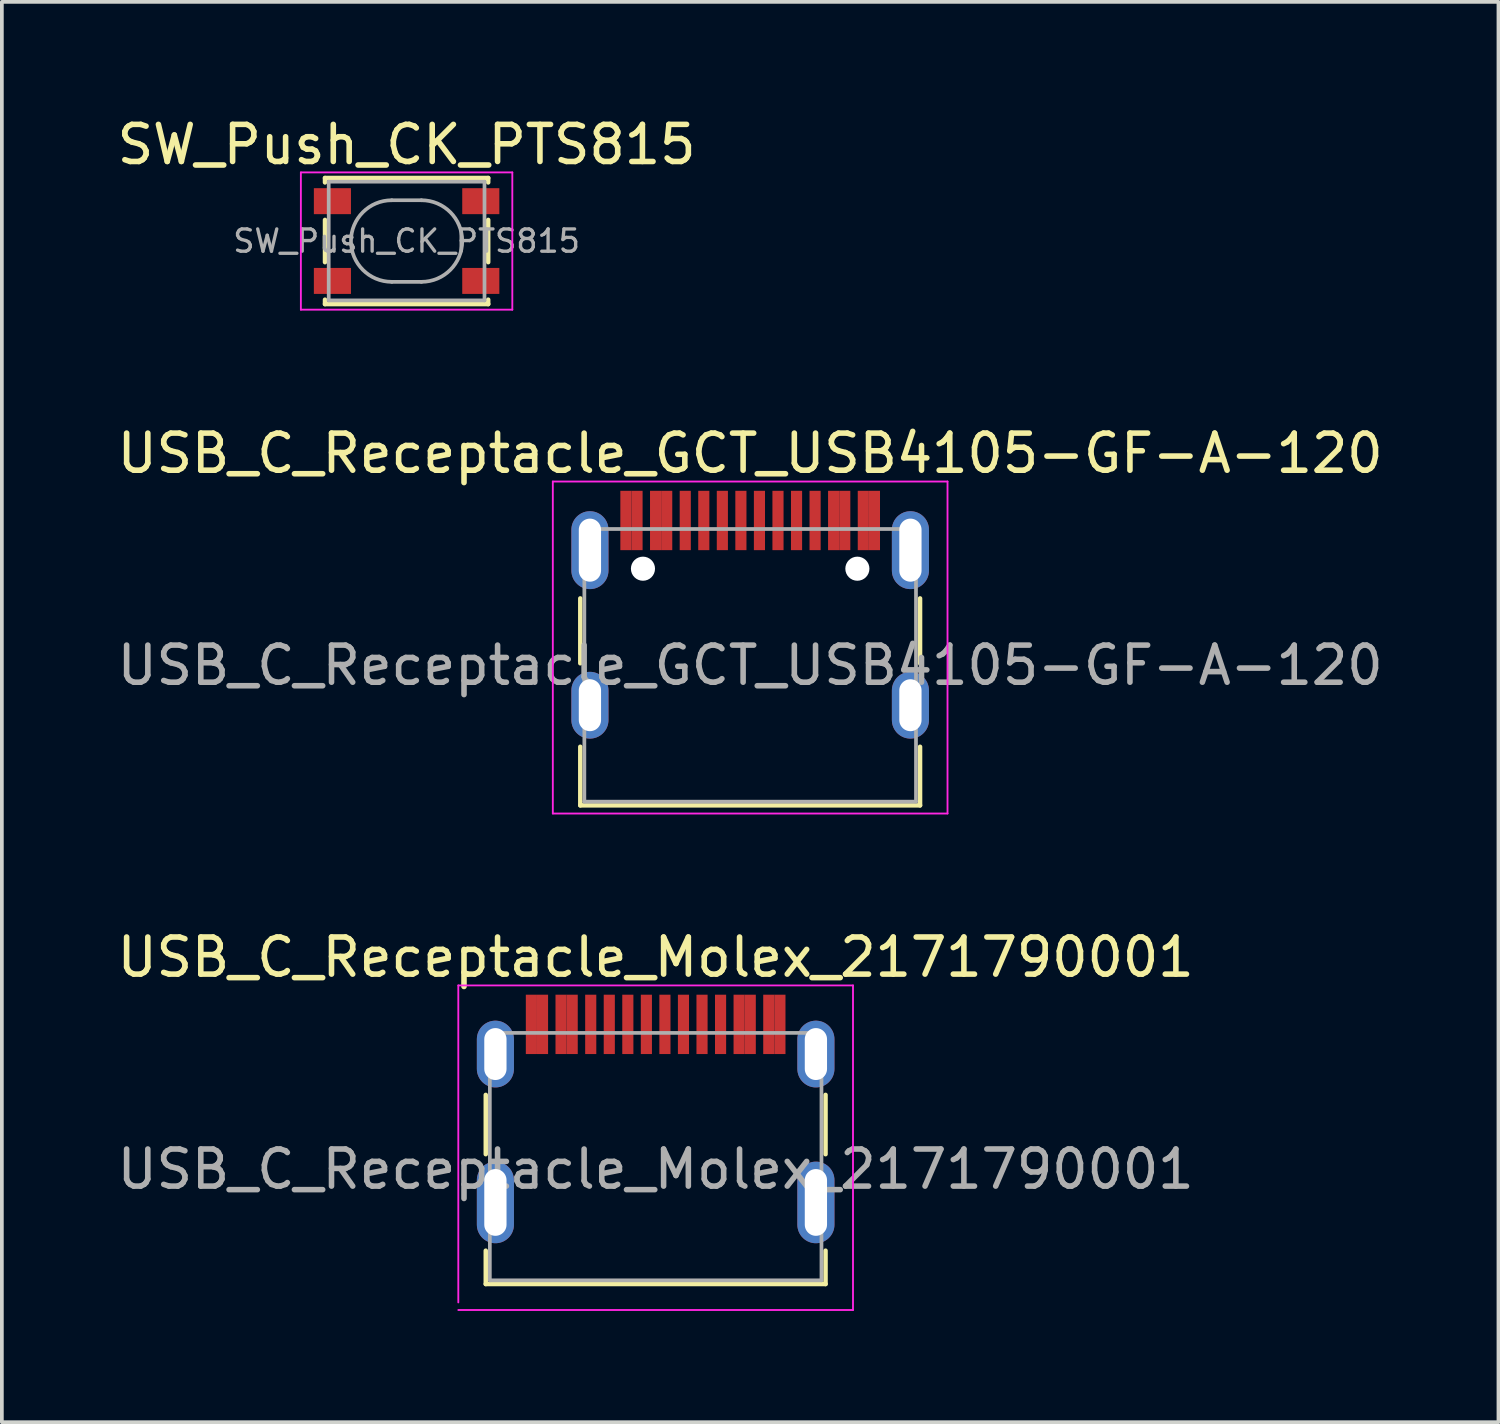
<source format=kicad_pcb>
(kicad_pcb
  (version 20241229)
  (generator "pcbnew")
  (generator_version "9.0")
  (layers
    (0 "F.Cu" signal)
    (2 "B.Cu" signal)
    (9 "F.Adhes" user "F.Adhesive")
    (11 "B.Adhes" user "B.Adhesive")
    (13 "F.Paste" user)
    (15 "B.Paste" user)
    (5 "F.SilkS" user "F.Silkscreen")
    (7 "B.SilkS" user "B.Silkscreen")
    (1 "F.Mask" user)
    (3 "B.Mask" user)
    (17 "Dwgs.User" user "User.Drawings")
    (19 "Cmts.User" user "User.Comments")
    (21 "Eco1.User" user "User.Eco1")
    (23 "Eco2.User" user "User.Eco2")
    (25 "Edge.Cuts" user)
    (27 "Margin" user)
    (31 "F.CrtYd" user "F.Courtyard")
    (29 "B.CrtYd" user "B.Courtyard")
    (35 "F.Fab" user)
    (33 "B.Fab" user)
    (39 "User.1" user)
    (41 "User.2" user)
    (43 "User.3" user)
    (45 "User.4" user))
  (footprint "USB_C_Receptacle_Molex_2171790001"
    (layer "F.Cu")
    (at 14.625 25.365)
    (property "Reference" "USB_C_Receptacle_Molex_2171790001" (at 0 -2.61 0) (layer "F.SilkS") (effects (font (size 1 1) (thickness 0.15))))
    (attr smd)
    (fp_line (start -4.58 1.1) (end -4.58 2.7) (stroke (width 0.12) (type solid)) (layer "F.SilkS"))
    (fp_line (start -4.58 6.2) (end -4.58 5.3) (stroke (width 0.12) (type solid)) (layer "F.SilkS"))
    (fp_line (start 4.58 2.7) (end 4.58 1.1) (stroke (width 0.12) (type solid)) (layer "F.SilkS"))
    (fp_line (start 4.58 5.3) (end 4.58 6.2) (stroke (width 0.12) (type solid)) (layer "F.SilkS"))
    (fp_line (start 4.58 6.2) (end -4.58 6.2) (stroke (width 0.12) (type solid)) (layer "F.SilkS"))
    (fp_line (start -5.32 -1.85) (end 5.32 -1.85) (stroke (width 0.05) (type solid)) (layer "F.CrtYd"))
    (fp_line (start -5.32 6.695) (end -5.32 -1.85) (stroke (width 0.05) (type solid)) (layer "F.CrtYd"))
    (fp_line (start 5.32 -1.85) (end 5.32 6.9) (stroke (width 0.05) (type solid)) (layer "F.CrtYd"))
    (fp_line (start 5.32 6.9) (end -5.32 6.9) (stroke (width 0.05) (type solid)) (layer "F.CrtYd"))
    (fp_line (start -4.47 -0.57) (end -4.47 6.1) (stroke (width 0.1) (type solid)) (layer "F.Fab"))
    (fp_line (start -4.47 -0.57) (end 4.47 -0.57) (stroke (width 0.1) (type solid)) (layer "F.Fab"))
    (fp_line (start -4.47 6.1) (end 4.47 6.1) (stroke (width 0.1) (type solid)) (layer "F.Fab"))
    (fp_line (start 4.47 6.1) (end 4.47 -0.57) (stroke (width 0.1) (type solid)) (layer "F.Fab"))
    (fp_text user "${REFERENCE}" (at 0 3.105 0) (layer "F.Fab") (effects (font (size 1 1) (thickness 0.15))))
    (pad "A1" smd rect (at -3.35 -0.8) (size 0.3 1.6) (layers "F.Cu" "F.Mask" "F.Paste"))
    (pad "A4" smd rect (at -2.55 -0.8) (size 0.3 1.6) (layers "F.Cu" "F.Mask" "F.Paste"))
    (pad "A5" smd rect (at -1.25 -0.8) (size 0.3 1.6) (layers "F.Cu" "F.Mask" "F.Paste"))
    (pad "A6" smd rect (at -0.25 -0.8) (size 0.3 1.6) (layers "F.Cu" "F.Mask" "F.Paste"))
    (pad "A7" smd rect (at 0.25 -0.8) (size 0.3 1.6) (layers "F.Cu" "F.Mask" "F.Paste"))
    (pad "A8" smd rect (at 1.25 -0.8) (size 0.3 1.6) (layers "F.Cu" "F.Mask" "F.Paste"))
    (pad "A9" smd rect (at 2.55 -0.8) (size 0.3 1.6) (layers "F.Cu" "F.Mask" "F.Paste"))
    (pad "A12" smd rect (at 3.35 -0.8) (size 0.3 1.6) (layers "F.Cu" "F.Mask" "F.Paste"))
    (pad "B1" smd rect (at 3.05 -0.8) (size 0.3 1.6) (layers "F.Cu" "F.Mask" "F.Paste"))
    (pad "B4" smd rect (at 2.25 -0.8) (size 0.3 1.6) (layers "F.Cu" "F.Mask" "F.Paste"))
    (pad "B5" smd rect (at 1.75 -0.8) (size 0.3 1.6) (layers "F.Cu" "F.Mask" "F.Paste"))
    (pad "B6" smd rect (at 0.75 -0.8) (size 0.3 1.6) (layers "F.Cu" "F.Mask" "F.Paste"))
    (pad "B7" smd rect (at -0.75 -0.8) (size 0.3 1.6) (layers "F.Cu" "F.Mask" "F.Paste"))
    (pad "B8" smd rect (at -1.75 -0.8) (size 0.3 1.6) (layers "F.Cu" "F.Mask" "F.Paste"))
    (pad "B9" smd rect (at -2.25 -0.8) (size 0.3 1.6) (layers "F.Cu" "F.Mask" "F.Paste"))
    (pad "B12" smd rect (at -3.05 -0.8) (size 0.3 1.6) (layers "F.Cu" "F.Mask" "F.Paste"))
    (pad "S1" thru_hole oval (at -4.32 0) (size 1 1.8) (drill oval 0.6 1.4) (layers "*.Cu" "*.Mask"))
    (pad "S1" thru_hole oval (at -4.32 4) (size 1 2.2) (drill oval 0.6 1.8) (layers "*.Cu" "*.Mask"))
    (pad "S1" thru_hole oval (at 4.32 0) (size 1 1.8) (drill oval 0.6 1.4) (layers "*.Cu" "*.Mask"))
    (pad "S1" thru_hole oval (at 4.32 4) (size 1 2.2) (drill oval 0.6 1.8) (layers "*.Cu" "*.Mask")))
  (footprint "USB_C_Receptacle_GCT_USB4105-GF-A-120"
    (layer "F.Cu")
    (at 17.173 11.781)
    (property "Reference" "USB_C_Receptacle_GCT_USB4105-GF-A-120" (at 0 -2.61 0) (layer "F.SilkS") (effects (font (size 1 1) (thickness 0.15))))
    (attr smd)
    (fp_line (start -4.58 1.3) (end -4.58 3.05) (stroke (width 0.12) (type solid)) (layer "F.SilkS"))
    (fp_line (start -4.58 6.88) (end -4.58 5.3) (stroke (width 0.12) (type solid)) (layer "F.SilkS"))
    (fp_line (start 4.58 3.05) (end 4.58 1.3) (stroke (width 0.12) (type solid)) (layer "F.SilkS"))
    (fp_line (start 4.58 5.3) (end 4.58 6.88) (stroke (width 0.12) (type solid)) (layer "F.SilkS"))
    (fp_line (start 4.58 6.88) (end -4.58 6.88) (stroke (width 0.12) (type solid)) (layer "F.SilkS"))
    (fp_line (start -5.32 -1.85) (end 5.32 -1.85) (stroke (width 0.05) (type solid)) (layer "F.CrtYd"))
    (fp_line (start -5.32 7.1) (end -5.32 -1.85) (stroke (width 0.05) (type solid)) (layer "F.CrtYd"))
    (fp_line (start 5.32 -1.85) (end 5.32 7.1) (stroke (width 0.05) (type solid)) (layer "F.CrtYd"))
    (fp_line (start 5.32 7.1) (end -5.32 7.1) (stroke (width 0.05) (type solid)) (layer "F.CrtYd"))
    (fp_line (start -4.47 -0.57) (end -4.47 6.78) (stroke (width 0.1) (type solid)) (layer "F.Fab"))
    (fp_line (start -4.47 -0.57) (end 4.47 -0.57) (stroke (width 0.1) (type solid)) (layer "F.Fab"))
    (fp_line (start -4.47 6.78) (end 4.47 6.78) (stroke (width 0.1) (type solid)) (layer "F.Fab"))
    (fp_line (start 4.47 6.78) (end 4.47 -0.57) (stroke (width 0.1) (type solid)) (layer "F.Fab"))
    (fp_text user "${REFERENCE}" (at 0 3.105 0) (layer "F.Fab") (effects (font (size 1 1) (thickness 0.15))))
    (pad "" np_thru_hole circle (at -2.89 0.5) (size 0.65 0.65) (drill 0.65) (layers "*.Cu" "*.Mask"))
    (pad "" np_thru_hole circle (at 2.89 0.5) (size 0.65 0.65) (drill 0.65) (layers "*.Cu" "*.Mask"))
    (pad "A1" smd rect (at -3.35 -0.8) (size 0.3 1.6) (layers "F.Cu" "F.Mask" "F.Paste"))
    (pad "A4" smd rect (at -2.55 -0.8) (size 0.3 1.6) (layers "F.Cu" "F.Mask" "F.Paste"))
    (pad "A5" smd rect (at -1.25 -0.8) (size 0.3 1.6) (layers "F.Cu" "F.Mask" "F.Paste"))
    (pad "A6" smd rect (at -0.25 -0.8) (size 0.3 1.6) (layers "F.Cu" "F.Mask" "F.Paste"))
    (pad "A7" smd rect (at 0.25 -0.8) (size 0.3 1.6) (layers "F.Cu" "F.Mask" "F.Paste"))
    (pad "A8" smd rect (at 1.25 -0.8) (size 0.3 1.6) (layers "F.Cu" "F.Mask" "F.Paste"))
    (pad "A9" smd rect (at 2.55 -0.8) (size 0.3 1.6) (layers "F.Cu" "F.Mask" "F.Paste"))
    (pad "A12" smd rect (at 3.35 -0.8) (size 0.3 1.6) (layers "F.Cu" "F.Mask" "F.Paste"))
    (pad "B1" smd rect (at 3.05 -0.8) (size 0.3 1.6) (layers "F.Cu" "F.Mask" "F.Paste"))
    (pad "B4" smd rect (at 2.25 -0.8) (size 0.3 1.6) (layers "F.Cu" "F.Mask" "F.Paste"))
    (pad "B5" smd rect (at 1.75 -0.8) (size 0.3 1.6) (layers "F.Cu" "F.Mask" "F.Paste"))
    (pad "B6" smd rect (at 0.75 -0.8) (size 0.3 1.6) (layers "F.Cu" "F.Mask" "F.Paste"))
    (pad "B7" smd rect (at -0.75 -0.8) (size 0.3 1.6) (layers "F.Cu" "F.Mask" "F.Paste"))
    (pad "B8" smd rect (at -1.75 -0.8) (size 0.3 1.6) (layers "F.Cu" "F.Mask" "F.Paste"))
    (pad "B9" smd rect (at -2.25 -0.8) (size 0.3 1.6) (layers "F.Cu" "F.Mask" "F.Paste"))
    (pad "B12" smd rect (at -3.05 -0.8) (size 0.3 1.6) (layers "F.Cu" "F.Mask" "F.Paste"))
    (pad "S1" thru_hole oval (at -4.32 0) (size 1 2.1) (drill oval 0.6 1.7) (layers "*.Cu" "*.Mask"))
    (pad "S1" thru_hole oval (at -4.32 4.18) (size 1 1.8) (drill oval 0.6 1.4) (layers "*.Cu" "*.Mask"))
    (pad "S1" thru_hole oval (at 4.32 0) (size 1 2.1) (drill oval 0.6 1.7) (layers "*.Cu" "*.Mask"))
    (pad "S1" thru_hole oval (at 4.32 4.18) (size 1 1.8) (drill oval 0.6 1.4) (layers "*.Cu" "*.Mask")))
  (footprint "SW_Push_CK_PTS815"
    (layer "F.Cu")
    (at 7.911 3.448)
    (property "Reference" "SW_Push_CK_PTS815" (at 0 -2.6 0) (layer "F.SilkS") (effects (font (size 1 1) (thickness 0.15))))
    (attr smd)
    (fp_line (start -2.2 -1.7) (end -2.2 -1.58) (stroke (width 0.12) (type solid)) (layer "F.SilkS"))
    (fp_line (start -2.2 -0.57) (end -2.2 0.57) (stroke (width 0.12) (type solid)) (layer "F.SilkS"))
    (fp_line (start -2.2 1.58) (end -2.2 1.7) (stroke (width 0.12) (type solid)) (layer "F.SilkS"))
    (fp_line (start -2.2 1.7) (end 2.2 1.7) (stroke (width 0.12) (type solid)) (layer "F.SilkS"))
    (fp_line (start 2.2 -1.7) (end -2.2 -1.7) (stroke (width 0.12) (type solid)) (layer "F.SilkS"))
    (fp_line (start 2.2 -1.58) (end 2.2 -1.7) (stroke (width 0.12) (type solid)) (layer "F.SilkS"))
    (fp_line (start 2.2 0.57) (end 2.2 -0.57) (stroke (width 0.12) (type solid)) (layer "F.SilkS"))
    (fp_line (start 2.2 1.7) (end 2.2 1.58) (stroke (width 0.12) (type solid)) (layer "F.SilkS"))
    (fp_line (start -2.85 -1.85) (end 2.85 -1.85) (stroke (width 0.05) (type solid)) (layer "F.CrtYd"))
    (fp_line (start -2.85 1.85) (end -2.85 -1.85) (stroke (width 0.05) (type solid)) (layer "F.CrtYd"))
    (fp_line (start 2.85 -1.85) (end 2.85 1.85) (stroke (width 0.05) (type solid)) (layer "F.CrtYd"))
    (fp_line (start 2.85 1.85) (end -2.85 1.85) (stroke (width 0.05) (type solid)) (layer "F.CrtYd"))
    (fp_line (start -2.1 -1.6) (end -2.1 1.6) (stroke (width 0.1) (type solid)) (layer "F.Fab"))
    (fp_line (start -2.1 1.6) (end 2.1 1.6) (stroke (width 0.1) (type solid)) (layer "F.Fab"))
    (fp_line (start -0.4 -1.1) (end 0.4 -1.1) (stroke (width 0.1) (type solid)) (layer "F.Fab"))
    (fp_line (start 0.4 1.1) (end -0.4 1.1) (stroke (width 0.1) (type solid)) (layer "F.Fab"))
    (fp_line (start 2.1 -1.6) (end -2.1 -1.6) (stroke (width 0.1) (type solid)) (layer "F.Fab"))
    (fp_line (start 2.1 1.6) (end 2.1 -1.6) (stroke (width 0.1) (type solid)) (layer "F.Fab"))
    (fp_arc (start -0.4 1.1) (mid -1.5 0) (end -0.4 -1.1) (stroke (width 0.1) (type solid)) (layer "F.Fab"))
    (fp_arc (start 0.4 -1.1) (mid 1.5 0) (end 0.4 1.1) (stroke (width 0.1) (type solid)) (layer "F.Fab"))
    (fp_text user "${REFERENCE}" (at 0 0 0) (layer "F.Fab") (effects (font (size 0.6 0.6) (thickness 0.09))))
    (pad "1" smd rect (at -2 -1.075) (size 1 0.7) (layers "F.Cu" "F.Mask" "F.Paste"))
    (pad "1" smd rect (at 2 -1.075) (size 1 0.7) (layers "F.Cu" "F.Mask" "F.Paste"))
    (pad "2" smd rect (at -2 1.075) (size 1 0.7) (layers "F.Cu" "F.Mask" "F.Paste"))
    (pad "2" smd rect (at 2 1.075) (size 1 0.7) (layers "F.Cu" "F.Mask" "F.Paste")))
  (gr_rect
    (start -3 -3)
    (end 37.345 35.29)
    (stroke (width 0.1) (type default))
    (fill no)
    (layer "Edge.Cuts")))
</source>
